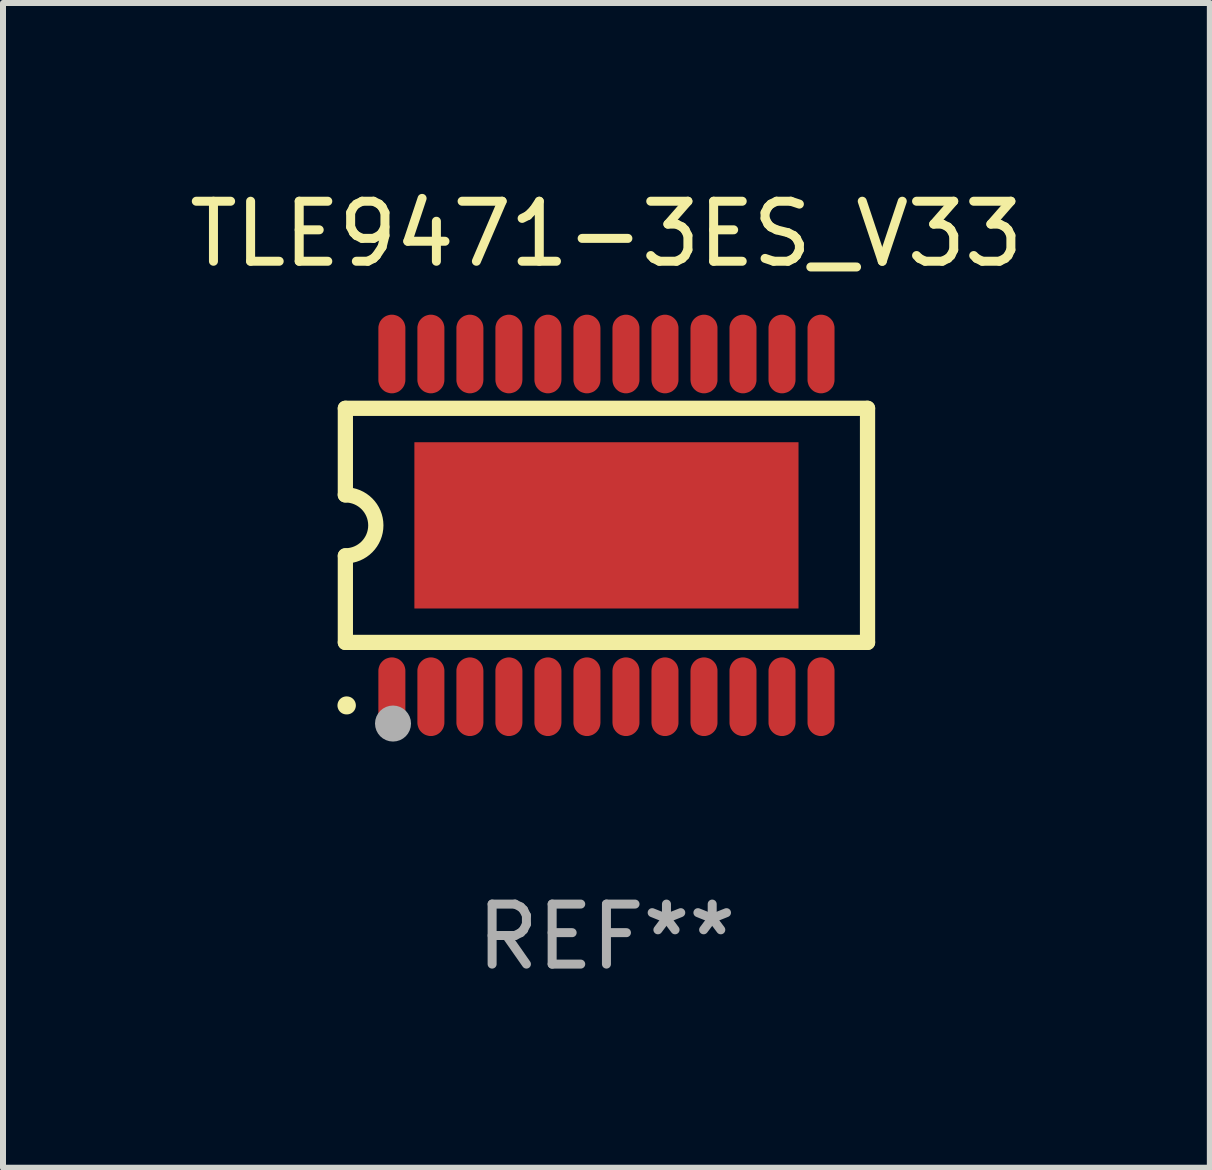
<source format=kicad_pcb>
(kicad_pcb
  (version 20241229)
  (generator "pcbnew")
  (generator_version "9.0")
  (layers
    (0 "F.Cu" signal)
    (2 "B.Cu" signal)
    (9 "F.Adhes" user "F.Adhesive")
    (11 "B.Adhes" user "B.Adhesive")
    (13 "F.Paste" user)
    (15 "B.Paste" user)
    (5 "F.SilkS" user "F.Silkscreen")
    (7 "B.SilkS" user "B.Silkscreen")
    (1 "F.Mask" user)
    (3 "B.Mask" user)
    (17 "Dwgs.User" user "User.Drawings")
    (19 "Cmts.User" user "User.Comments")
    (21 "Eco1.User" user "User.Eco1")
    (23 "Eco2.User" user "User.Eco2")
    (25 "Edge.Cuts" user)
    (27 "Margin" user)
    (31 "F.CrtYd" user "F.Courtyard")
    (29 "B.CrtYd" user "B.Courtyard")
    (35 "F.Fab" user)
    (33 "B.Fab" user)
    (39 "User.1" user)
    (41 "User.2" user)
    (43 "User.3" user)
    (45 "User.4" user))
  (footprint "TLE9471-3ES_V33"
    (layer "F.Cu")
    (at 7.054 5.703)
    (property "Reference" "TLE9471-3ES_V33" (at 0 -4.855 0) (layer "F.SilkS") (effects (font (size 1 1) (thickness 0.15))))
    (attr through_hole)
    (fp_line (start -4.35 -1.95) (end -4.35 -0.508) (stroke (width 0.254) (type solid)) (layer "F.SilkS"))
    (fp_line (start -4.35 -1.95) (end 4.35 -1.95) (stroke (width 0.254) (type solid)) (layer "F.SilkS"))
    (fp_line (start -4.35 1.95) (end -4.35 0.508) (stroke (width 0.254) (type solid)) (layer "F.SilkS"))
    (fp_line (start -4.35 1.95) (end 4.35 1.95) (stroke (width 0.254) (type solid)) (layer "F.SilkS"))
    (fp_line (start 4.35 -1.95) (end 4.35 1.95) (stroke (width 0.254) (type solid)) (layer "F.SilkS"))
    (fp_arc (start -4.351028 -0.508) (mid -3.843028 -0.000507) (end -4.350013 0.508001) (stroke (width 0.254001) (type solid)) (layer "F.SilkS"))
    (fp_arc (start -4.331656 2.999858) (mid -4.328332 2.999895) (end -4.325009 3.000005) (stroke (width 0.3) (type solid)) (layer "F.SilkS"))
    (fp_circle (center -4.325 3) (end -4.295 3) (stroke (width 0.06) (type solid)) (fill no) (layer "F.SilkS"))
    (fp_circle (center -3.556 3.302) (end -3.406 3.302) (stroke (width 0.3) (type solid)) (fill no) (layer "F.Fab"))
    (fp_text user "REF**" (at 0 6.855 0) (layer "F.Fab") (effects (font (size 1 1) (thickness 0.15))))
    (pad "1" smd custom (at -3.575 2.855 180) (size 0.45 1.31) (layers "F.Cu" "F.Mask" "F.Paste") (options (anchor circle)) (primitives (gr_poly (pts (xy -0.225 -0.43) (xy -0.224 -0.455) (xy -0.219 -0.48) (xy -0.212 -0.504) (xy -0.203 -0.528) (xy -0.19 -0.55) (xy -0.176 -0.57) (xy -0.159 -0.589) (xy -0.14 -0.606) (xy -0.12 -0.62) (xy -0.098 -0.633) (xy -0.074 -0.642) (xy -0.05 -0.649) (xy -0.025 -0.654) (xy 0.000051 -0.655) (xy 0.025 -0.654) (xy 0.05 -0.649) (xy 0.074 -0.642) (xy 0.098 -0.633) (xy 0.12 -0.62) (xy 0.14 -0.606) (xy 0.159 -0.589) (xy 0.176 -0.57) (xy 0.191 -0.55) (xy 0.203 -0.528) (xy 0.212 -0.504) (xy 0.219 -0.48) (xy 0.224 -0.455) (xy 0.225 -0.43) (xy 0.225 0.43) (xy 0.224 0.455) (xy 0.219 0.48) (xy 0.212 0.504) (xy 0.203 0.528) (xy 0.191 0.55) (xy 0.176 0.57) (xy 0.159 0.589) (xy 0.14 0.606) (xy 0.12 0.621) (xy 0.098 0.633) (xy 0.074 0.642) (xy 0.05 0.649) (xy 0.025 0.654) (xy 0.000051 0.655) (xy -0.025 0.654) (xy -0.05 0.649) (xy -0.074 0.642) (xy -0.098 0.633) (xy -0.12 0.621) (xy -0.14 0.606) (xy -0.159 0.589) (xy -0.176 0.57) (xy -0.19 0.55) (xy -0.203 0.528) (xy -0.212 0.504) (xy -0.219 0.48) (xy -0.224 0.455) (xy -0.225 0.43)) (width 0) (fill yes))))
    (pad "2" smd custom (at -2.925 2.855 180) (size 0.45 1.31) (layers "F.Cu" "F.Mask" "F.Paste") (options (anchor circle)) (primitives (gr_poly (pts (xy -0.225 -0.43) (xy -0.224 -0.455) (xy -0.219 -0.48) (xy -0.212 -0.504) (xy -0.203 -0.528) (xy -0.19 -0.55) (xy -0.176 -0.57) (xy -0.159 -0.589) (xy -0.14 -0.606) (xy -0.12 -0.62) (xy -0.098 -0.633) (xy -0.074 -0.642) (xy -0.05 -0.649) (xy -0.025 -0.654) (xy 0.000076 -0.655) (xy 0.025 -0.654) (xy 0.05 -0.649) (xy 0.074 -0.642) (xy 0.098 -0.633) (xy 0.12 -0.62) (xy 0.14 -0.606) (xy 0.159 -0.589) (xy 0.176 -0.57) (xy 0.191 -0.55) (xy 0.203 -0.528) (xy 0.212 -0.504) (xy 0.219 -0.48) (xy 0.224 -0.455) (xy 0.225 -0.43) (xy 0.225 0.43) (xy 0.224 0.455) (xy 0.219 0.48) (xy 0.212 0.504) (xy 0.203 0.528) (xy 0.191 0.55) (xy 0.176 0.57) (xy 0.159 0.589) (xy 0.14 0.606) (xy 0.12 0.621) (xy 0.098 0.633) (xy 0.074 0.642) (xy 0.05 0.649) (xy 0.025 0.654) (xy 0.000076 0.655) (xy -0.025 0.654) (xy -0.05 0.649) (xy -0.074 0.642) (xy -0.098 0.633) (xy -0.12 0.621) (xy -0.14 0.606) (xy -0.159 0.589) (xy -0.176 0.57) (xy -0.19 0.55) (xy -0.203 0.528) (xy -0.212 0.504) (xy -0.219 0.48) (xy -0.224 0.455) (xy -0.225 0.43)) (width 0) (fill yes))))
    (pad "3" smd custom (at -2.275 2.855 180) (size 0.45 1.31) (layers "F.Cu" "F.Mask" "F.Paste") (options (anchor circle)) (primitives (gr_poly (pts (xy -0.225 -0.43) (xy -0.223 -0.455) (xy -0.219 -0.48) (xy -0.212 -0.504) (xy -0.203 -0.528) (xy -0.19 -0.55) (xy -0.176 -0.57) (xy -0.159 -0.589) (xy -0.14 -0.606) (xy -0.12 -0.62) (xy -0.098 -0.633) (xy -0.074 -0.642) (xy -0.05 -0.649) (xy -0.025 -0.654) (xy 0.000076 -0.655) (xy 0.025 -0.654) (xy 0.05 -0.649) (xy 0.074 -0.642) (xy 0.098 -0.633) (xy 0.12 -0.62) (xy 0.14 -0.606) (xy 0.159 -0.589) (xy 0.176 -0.57) (xy 0.191 -0.55) (xy 0.203 -0.528) (xy 0.212 -0.504) (xy 0.219 -0.48) (xy 0.224 -0.455) (xy 0.225 -0.43) (xy 0.225 0.43) (xy 0.224 0.455) (xy 0.219 0.48) (xy 0.212 0.504) (xy 0.203 0.528) (xy 0.191 0.55) (xy 0.176 0.57) (xy 0.159 0.589) (xy 0.14 0.606) (xy 0.12 0.621) (xy 0.098 0.633) (xy 0.074 0.642) (xy 0.05 0.649) (xy 0.025 0.654) (xy 0.000076 0.655) (xy -0.025 0.654) (xy -0.05 0.649) (xy -0.074 0.642) (xy -0.098 0.633) (xy -0.12 0.621) (xy -0.14 0.606) (xy -0.159 0.589) (xy -0.176 0.57) (xy -0.19 0.55) (xy -0.203 0.528) (xy -0.212 0.504) (xy -0.219 0.48) (xy -0.223 0.455) (xy -0.225 0.43)) (width 0) (fill yes))))
    (pad "4" smd custom (at -1.625 2.855 180) (size 0.45 1.31) (layers "F.Cu" "F.Mask" "F.Paste") (options (anchor circle)) (primitives (gr_poly (pts (xy -0.225 -0.43) (xy -0.223 -0.455) (xy -0.219 -0.48) (xy -0.212 -0.504) (xy -0.203 -0.528) (xy -0.19 -0.55) (xy -0.176 -0.57) (xy -0.159 -0.589) (xy -0.14 -0.606) (xy -0.12 -0.62) (xy -0.098 -0.633) (xy -0.074 -0.642) (xy -0.05 -0.649) (xy -0.025 -0.654) (xy 0.000102 -0.655) (xy 0.025 -0.654) (xy 0.05 -0.649) (xy 0.074 -0.642) (xy 0.098 -0.633) (xy 0.12 -0.62) (xy 0.14 -0.606) (xy 0.159 -0.589) (xy 0.176 -0.57) (xy 0.191 -0.55) (xy 0.203 -0.528) (xy 0.212 -0.504) (xy 0.219 -0.48) (xy 0.224 -0.455) (xy 0.225 -0.43) (xy 0.225 0.43) (xy 0.224 0.455) (xy 0.219 0.48) (xy 0.212 0.504) (xy 0.203 0.528) (xy 0.191 0.55) (xy 0.176 0.57) (xy 0.159 0.589) (xy 0.14 0.606) (xy 0.12 0.621) (xy 0.098 0.633) (xy 0.074 0.642) (xy 0.05 0.649) (xy 0.025 0.654) (xy 0.000102 0.655) (xy -0.025 0.654) (xy -0.05 0.649) (xy -0.074 0.642) (xy -0.098 0.633) (xy -0.12 0.621) (xy -0.14 0.606) (xy -0.159 0.589) (xy -0.176 0.57) (xy -0.19 0.55) (xy -0.203 0.528) (xy -0.212 0.504) (xy -0.219 0.48) (xy -0.223 0.455) (xy -0.225 0.43)) (width 0) (fill yes))))
    (pad "5" smd custom (at -0.975 2.855 180) (size 0.45 1.31) (layers "F.Cu" "F.Mask" "F.Paste") (options (anchor circle)) (primitives (gr_poly (pts (xy -0.225 -0.43) (xy -0.223 -0.455) (xy -0.219 -0.48) (xy -0.212 -0.504) (xy -0.203 -0.528) (xy -0.19 -0.55) (xy -0.176 -0.57) (xy -0.159 -0.589) (xy -0.14 -0.606) (xy -0.12 -0.62) (xy -0.098 -0.633) (xy -0.074 -0.642) (xy -0.05 -0.649) (xy -0.025 -0.654) (xy 0.000102 -0.655) (xy 0.025 -0.654) (xy 0.05 -0.649) (xy 0.074 -0.642) (xy 0.098 -0.633) (xy 0.12 -0.62) (xy 0.14 -0.606) (xy 0.159 -0.589) (xy 0.176 -0.57) (xy 0.191 -0.55) (xy 0.203 -0.528) (xy 0.212 -0.504) (xy 0.219 -0.48) (xy 0.224 -0.455) (xy 0.225 -0.43) (xy 0.225 0.43) (xy 0.224 0.455) (xy 0.219 0.48) (xy 0.212 0.504) (xy 0.203 0.528) (xy 0.191 0.55) (xy 0.176 0.57) (xy 0.159 0.589) (xy 0.14 0.606) (xy 0.12 0.621) (xy 0.098 0.633) (xy 0.074 0.642) (xy 0.05 0.649) (xy 0.025 0.654) (xy 0.000102 0.655) (xy -0.025 0.654) (xy -0.05 0.649) (xy -0.074 0.642) (xy -0.098 0.633) (xy -0.12 0.621) (xy -0.14 0.606) (xy -0.159 0.589) (xy -0.176 0.57) (xy -0.19 0.55) (xy -0.203 0.528) (xy -0.212 0.504) (xy -0.219 0.48) (xy -0.223 0.455) (xy -0.225 0.43)) (width 0) (fill yes))))
    (pad "6" smd custom (at -0.325 2.855 180) (size 0.45 1.31) (layers "F.Cu" "F.Mask" "F.Paste") (options (anchor circle)) (primitives (gr_poly (pts (xy -0.225 -0.43) (xy -0.223 -0.455) (xy -0.219 -0.48) (xy -0.212 -0.504) (xy -0.203 -0.528) (xy -0.19 -0.55) (xy -0.176 -0.57) (xy -0.159 -0.589) (xy -0.14 -0.606) (xy -0.12 -0.62) (xy -0.098 -0.633) (xy -0.074 -0.642) (xy -0.05 -0.649) (xy -0.025 -0.654) (xy 0.000127 -0.655) (xy 0.025 -0.654) (xy 0.05 -0.649) (xy 0.074 -0.642) (xy 0.098 -0.633) (xy 0.12 -0.62) (xy 0.14 -0.606) (xy 0.159 -0.589) (xy 0.176 -0.57) (xy 0.191 -0.55) (xy 0.203 -0.528) (xy 0.212 -0.504) (xy 0.219 -0.48) (xy 0.224 -0.455) (xy 0.225 -0.43) (xy 0.225 0.43) (xy 0.224 0.455) (xy 0.219 0.48) (xy 0.212 0.504) (xy 0.203 0.528) (xy 0.191 0.55) (xy 0.176 0.57) (xy 0.159 0.589) (xy 0.14 0.606) (xy 0.12 0.621) (xy 0.098 0.633) (xy 0.074 0.642) (xy 0.05 0.649) (xy 0.025 0.654) (xy 0.000127 0.655) (xy -0.025 0.654) (xy -0.05 0.649) (xy -0.074 0.642) (xy -0.098 0.633) (xy -0.12 0.621) (xy -0.14 0.606) (xy -0.159 0.589) (xy -0.176 0.57) (xy -0.19 0.55) (xy -0.203 0.528) (xy -0.212 0.504) (xy -0.219 0.48) (xy -0.223 0.455) (xy -0.225 0.43)) (width 0) (fill yes))))
    (pad "7" smd custom (at 0.325 2.855 180) (size 0.45 1.31) (layers "F.Cu" "F.Mask" "F.Paste") (options (anchor circle)) (primitives (gr_poly (pts (xy -0.225 -0.43) (xy -0.224 -0.455) (xy -0.219 -0.48) (xy -0.212 -0.504) (xy -0.203 -0.528) (xy -0.191 -0.55) (xy -0.176 -0.57) (xy -0.159 -0.589) (xy -0.14 -0.606) (xy -0.12 -0.62) (xy -0.098 -0.633) (xy -0.074 -0.642) (xy -0.05 -0.649) (xy -0.025 -0.654) (xy -0.000127 -0.655) (xy 0.025 -0.654) (xy 0.05 -0.649) (xy 0.074 -0.642) (xy 0.098 -0.633) (xy 0.12 -0.62) (xy 0.14 -0.606) (xy 0.159 -0.589) (xy 0.176 -0.57) (xy 0.19 -0.55) (xy 0.203 -0.528) (xy 0.212 -0.504) (xy 0.219 -0.48) (xy 0.223 -0.455) (xy 0.225 -0.43) (xy 0.225 0.43) (xy 0.223 0.455) (xy 0.219 0.48) (xy 0.212 0.504) (xy 0.203 0.528) (xy 0.19 0.55) (xy 0.176 0.57) (xy 0.159 0.589) (xy 0.14 0.606) (xy 0.12 0.621) (xy 0.098 0.633) (xy 0.074 0.642) (xy 0.05 0.649) (xy 0.025 0.654) (xy -0.000127 0.655) (xy -0.025 0.654) (xy -0.05 0.649) (xy -0.074 0.642) (xy -0.098 0.633) (xy -0.12 0.621) (xy -0.14 0.606) (xy -0.159 0.589) (xy -0.176 0.57) (xy -0.191 0.55) (xy -0.203 0.528) (xy -0.212 0.504) (xy -0.219 0.48) (xy -0.224 0.455) (xy -0.225 0.43)) (width 0) (fill yes))))
    (pad "8" smd custom (at 0.975 2.855 180) (size 0.45 1.31) (layers "F.Cu" "F.Mask" "F.Paste") (options (anchor circle)) (primitives (gr_poly (pts (xy -0.225 -0.43) (xy -0.224 -0.455) (xy -0.219 -0.48) (xy -0.212 -0.504) (xy -0.203 -0.528) (xy -0.191 -0.55) (xy -0.176 -0.57) (xy -0.159 -0.589) (xy -0.14 -0.606) (xy -0.12 -0.62) (xy -0.098 -0.633) (xy -0.074 -0.642) (xy -0.05 -0.649) (xy -0.025 -0.654) (xy -0.000102 -0.655) (xy 0.025 -0.654) (xy 0.05 -0.649) (xy 0.074 -0.642) (xy 0.098 -0.633) (xy 0.12 -0.62) (xy 0.14 -0.606) (xy 0.159 -0.589) (xy 0.176 -0.57) (xy 0.19 -0.55) (xy 0.203 -0.528) (xy 0.212 -0.504) (xy 0.219 -0.48) (xy 0.223 -0.455) (xy 0.225 -0.43) (xy 0.225 0.43) (xy 0.223 0.455) (xy 0.219 0.48) (xy 0.212 0.504) (xy 0.203 0.528) (xy 0.19 0.55) (xy 0.176 0.57) (xy 0.159 0.589) (xy 0.14 0.606) (xy 0.12 0.621) (xy 0.098 0.633) (xy 0.074 0.642) (xy 0.05 0.649) (xy 0.025 0.654) (xy -0.000102 0.655) (xy -0.025 0.654) (xy -0.05 0.649) (xy -0.074 0.642) (xy -0.098 0.633) (xy -0.12 0.621) (xy -0.14 0.606) (xy -0.159 0.589) (xy -0.176 0.57) (xy -0.191 0.55) (xy -0.203 0.528) (xy -0.212 0.504) (xy -0.219 0.48) (xy -0.224 0.455) (xy -0.225 0.43)) (width 0) (fill yes))))
    (pad "9" smd custom (at 1.625 2.855 180) (size 0.45 1.31) (layers "F.Cu" "F.Mask" "F.Paste") (options (anchor circle)) (primitives (gr_poly (pts (xy -0.225 -0.43) (xy -0.224 -0.455) (xy -0.219 -0.48) (xy -0.212 -0.504) (xy -0.203 -0.528) (xy -0.191 -0.55) (xy -0.176 -0.57) (xy -0.159 -0.589) (xy -0.14 -0.606) (xy -0.12 -0.62) (xy -0.098 -0.633) (xy -0.074 -0.642) (xy -0.05 -0.649) (xy -0.025 -0.654) (xy -0.000102 -0.655) (xy 0.025 -0.654) (xy 0.05 -0.649) (xy 0.074 -0.642) (xy 0.098 -0.633) (xy 0.12 -0.62) (xy 0.14 -0.606) (xy 0.159 -0.589) (xy 0.176 -0.57) (xy 0.19 -0.55) (xy 0.203 -0.528) (xy 0.212 -0.504) (xy 0.219 -0.48) (xy 0.223 -0.455) (xy 0.225 -0.43) (xy 0.225 0.43) (xy 0.223 0.455) (xy 0.219 0.48) (xy 0.212 0.504) (xy 0.203 0.528) (xy 0.19 0.55) (xy 0.176 0.57) (xy 0.159 0.589) (xy 0.14 0.606) (xy 0.12 0.621) (xy 0.098 0.633) (xy 0.074 0.642) (xy 0.05 0.649) (xy 0.025 0.654) (xy -0.000102 0.655) (xy -0.025 0.654) (xy -0.05 0.649) (xy -0.074 0.642) (xy -0.098 0.633) (xy -0.12 0.621) (xy -0.14 0.606) (xy -0.159 0.589) (xy -0.176 0.57) (xy -0.191 0.55) (xy -0.203 0.528) (xy -0.212 0.504) (xy -0.219 0.48) (xy -0.224 0.455) (xy -0.225 0.43)) (width 0) (fill yes))))
    (pad "10" smd custom (at 2.275 2.855 180) (size 0.45 1.31) (layers "F.Cu" "F.Mask" "F.Paste") (options (anchor circle)) (primitives (gr_poly (pts (xy -0.225 -0.43) (xy -0.224 -0.455) (xy -0.219 -0.48) (xy -0.212 -0.504) (xy -0.203 -0.528) (xy -0.191 -0.55) (xy -0.176 -0.57) (xy -0.159 -0.589) (xy -0.14 -0.606) (xy -0.12 -0.62) (xy -0.098 -0.633) (xy -0.074 -0.642) (xy -0.05 -0.649) (xy -0.025 -0.654) (xy -0.000076 -0.655) (xy 0.025 -0.654) (xy 0.05 -0.649) (xy 0.074 -0.642) (xy 0.098 -0.633) (xy 0.12 -0.62) (xy 0.14 -0.606) (xy 0.159 -0.589) (xy 0.176 -0.57) (xy 0.19 -0.55) (xy 0.203 -0.528) (xy 0.212 -0.504) (xy 0.219 -0.48) (xy 0.224 -0.455) (xy 0.225 -0.43) (xy 0.225 0.43) (xy 0.224 0.455) (xy 0.219 0.48) (xy 0.212 0.504) (xy 0.203 0.528) (xy 0.19 0.55) (xy 0.176 0.57) (xy 0.159 0.589) (xy 0.14 0.606) (xy 0.12 0.621) (xy 0.098 0.633) (xy 0.074 0.642) (xy 0.05 0.649) (xy 0.025 0.654) (xy -0.000076 0.655) (xy -0.025 0.654) (xy -0.05 0.649) (xy -0.074 0.642) (xy -0.098 0.633) (xy -0.12 0.621) (xy -0.14 0.606) (xy -0.159 0.589) (xy -0.176 0.57) (xy -0.191 0.55) (xy -0.203 0.528) (xy -0.212 0.504) (xy -0.219 0.48) (xy -0.224 0.455) (xy -0.225 0.43)) (width 0) (fill yes))))
    (pad "11" smd custom (at 2.925 2.855 180) (size 0.45 1.31) (layers "F.Cu" "F.Mask" "F.Paste") (options (anchor circle)) (primitives (gr_poly (pts (xy -0.225 -0.43) (xy -0.224 -0.455) (xy -0.219 -0.48) (xy -0.212 -0.504) (xy -0.203 -0.528) (xy -0.191 -0.55) (xy -0.176 -0.57) (xy -0.159 -0.589) (xy -0.14 -0.606) (xy -0.12 -0.62) (xy -0.098 -0.633) (xy -0.074 -0.642) (xy -0.05 -0.649) (xy -0.025 -0.654) (xy -0.000051 -0.655) (xy 0.025 -0.654) (xy 0.05 -0.649) (xy 0.074 -0.642) (xy 0.098 -0.633) (xy 0.12 -0.62) (xy 0.14 -0.606) (xy 0.159 -0.589) (xy 0.176 -0.57) (xy 0.19 -0.55) (xy 0.203 -0.528) (xy 0.212 -0.504) (xy 0.219 -0.48) (xy 0.224 -0.455) (xy 0.225 -0.43) (xy 0.225 0.43) (xy 0.224 0.455) (xy 0.219 0.48) (xy 0.212 0.504) (xy 0.203 0.528) (xy 0.19 0.55) (xy 0.176 0.57) (xy 0.159 0.589) (xy 0.14 0.606) (xy 0.12 0.621) (xy 0.098 0.633) (xy 0.074 0.642) (xy 0.05 0.649) (xy 0.025 0.654) (xy -0.000051 0.655) (xy -0.025 0.654) (xy -0.05 0.649) (xy -0.074 0.642) (xy -0.098 0.633) (xy -0.12 0.621) (xy -0.14 0.606) (xy -0.159 0.589) (xy -0.176 0.57) (xy -0.191 0.55) (xy -0.203 0.528) (xy -0.212 0.504) (xy -0.219 0.48) (xy -0.224 0.455) (xy -0.225 0.43)) (width 0) (fill yes))))
    (pad "12" smd custom (at 3.575 2.855 180) (size 0.45 1.31) (layers "F.Cu" "F.Mask" "F.Paste") (options (anchor circle)) (primitives (gr_poly (pts (xy -0.225 -0.43) (xy -0.224 -0.455) (xy -0.219 -0.48) (xy -0.212 -0.504) (xy -0.203 -0.528) (xy -0.191 -0.55) (xy -0.176 -0.57) (xy -0.159 -0.589) (xy -0.14 -0.606) (xy -0.12 -0.62) (xy -0.098 -0.633) (xy -0.074 -0.642) (xy -0.05 -0.649) (xy -0.025 -0.654) (xy -0.000051 -0.655) (xy 0.025 -0.654) (xy 0.05 -0.649) (xy 0.074 -0.642) (xy 0.098 -0.633) (xy 0.12 -0.62) (xy 0.14 -0.606) (xy 0.159 -0.589) (xy 0.176 -0.57) (xy 0.19 -0.55) (xy 0.203 -0.528) (xy 0.212 -0.504) (xy 0.219 -0.48) (xy 0.224 -0.455) (xy 0.225 -0.43) (xy 0.225 0.43) (xy 0.224 0.455) (xy 0.219 0.48) (xy 0.212 0.504) (xy 0.203 0.528) (xy 0.19 0.55) (xy 0.176 0.57) (xy 0.159 0.589) (xy 0.14 0.606) (xy 0.12 0.621) (xy 0.098 0.633) (xy 0.074 0.642) (xy 0.05 0.649) (xy 0.025 0.654) (xy -0.000051 0.655) (xy -0.025 0.654) (xy -0.05 0.649) (xy -0.074 0.642) (xy -0.098 0.633) (xy -0.12 0.621) (xy -0.14 0.606) (xy -0.159 0.589) (xy -0.176 0.57) (xy -0.191 0.55) (xy -0.203 0.528) (xy -0.212 0.504) (xy -0.219 0.48) (xy -0.224 0.455) (xy -0.225 0.43)) (width 0) (fill yes))))
    (pad "13" smd custom (at 3.575 -2.855 180) (size 0.45 1.31) (layers "F.Cu" "F.Mask" "F.Paste") (options (anchor circle)) (primitives (gr_poly (pts (xy -0.225 -0.43) (xy -0.224 -0.455) (xy -0.219 -0.48) (xy -0.212 -0.504) (xy -0.203 -0.528) (xy -0.191 -0.55) (xy -0.176 -0.57) (xy -0.159 -0.589) (xy -0.14 -0.606) (xy -0.12 -0.621) (xy -0.098 -0.633) (xy -0.074 -0.642) (xy -0.05 -0.649) (xy -0.025 -0.654) (xy -0.000051 -0.655) (xy 0.025 -0.654) (xy 0.05 -0.649) (xy 0.074 -0.642) (xy 0.098 -0.633) (xy 0.12 -0.621) (xy 0.14 -0.606) (xy 0.159 -0.589) (xy 0.176 -0.57) (xy 0.19 -0.55) (xy 0.203 -0.528) (xy 0.212 -0.504) (xy 0.219 -0.48) (xy 0.224 -0.455) (xy 0.225 -0.43) (xy 0.225 0.43) (xy 0.224 0.455) (xy 0.219 0.48) (xy 0.212 0.504) (xy 0.203 0.528) (xy 0.19 0.55) (xy 0.176 0.57) (xy 0.159 0.589) (xy 0.14 0.606) (xy 0.12 0.62) (xy 0.098 0.633) (xy 0.074 0.642) (xy 0.05 0.649) (xy 0.025 0.654) (xy -0.000051 0.655) (xy -0.025 0.654) (xy -0.05 0.649) (xy -0.074 0.642) (xy -0.098 0.633) (xy -0.12 0.62) (xy -0.14 0.606) (xy -0.159 0.589) (xy -0.176 0.57) (xy -0.191 0.55) (xy -0.203 0.528) (xy -0.212 0.504) (xy -0.219 0.48) (xy -0.224 0.455) (xy -0.225 0.43)) (width 0) (fill yes))))
    (pad "14" smd custom (at 2.925 -2.855 180) (size 0.45 1.31) (layers "F.Cu" "F.Mask" "F.Paste") (options (anchor circle)) (primitives (gr_poly (pts (xy -0.225 -0.43) (xy -0.224 -0.455) (xy -0.219 -0.48) (xy -0.212 -0.504) (xy -0.203 -0.528) (xy -0.191 -0.55) (xy -0.176 -0.57) (xy -0.159 -0.589) (xy -0.14 -0.606) (xy -0.12 -0.621) (xy -0.098 -0.633) (xy -0.074 -0.642) (xy -0.05 -0.649) (xy -0.025 -0.654) (xy -0.000051 -0.655) (xy 0.025 -0.654) (xy 0.05 -0.649) (xy 0.074 -0.642) (xy 0.098 -0.633) (xy 0.12 -0.621) (xy 0.14 -0.606) (xy 0.159 -0.589) (xy 0.176 -0.57) (xy 0.19 -0.55) (xy 0.203 -0.528) (xy 0.212 -0.504) (xy 0.219 -0.48) (xy 0.224 -0.455) (xy 0.225 -0.43) (xy 0.225 0.43) (xy 0.224 0.455) (xy 0.219 0.48) (xy 0.212 0.504) (xy 0.203 0.528) (xy 0.19 0.55) (xy 0.176 0.57) (xy 0.159 0.589) (xy 0.14 0.606) (xy 0.12 0.62) (xy 0.098 0.633) (xy 0.074 0.642) (xy 0.05 0.649) (xy 0.025 0.654) (xy -0.000051 0.655) (xy -0.025 0.654) (xy -0.05 0.649) (xy -0.074 0.642) (xy -0.098 0.633) (xy -0.12 0.62) (xy -0.14 0.606) (xy -0.159 0.589) (xy -0.176 0.57) (xy -0.191 0.55) (xy -0.203 0.528) (xy -0.212 0.504) (xy -0.219 0.48) (xy -0.224 0.455) (xy -0.225 0.43)) (width 0) (fill yes))))
    (pad "15" smd custom (at 2.275 -2.855 180) (size 0.45 1.31) (layers "F.Cu" "F.Mask" "F.Paste") (options (anchor circle)) (primitives (gr_poly (pts (xy -0.225 -0.43) (xy -0.224 -0.455) (xy -0.219 -0.48) (xy -0.212 -0.504) (xy -0.203 -0.528) (xy -0.191 -0.55) (xy -0.176 -0.57) (xy -0.159 -0.589) (xy -0.14 -0.606) (xy -0.12 -0.621) (xy -0.098 -0.633) (xy -0.074 -0.642) (xy -0.05 -0.649) (xy -0.025 -0.654) (xy -0.000076 -0.655) (xy 0.025 -0.654) (xy 0.05 -0.649) (xy 0.074 -0.642) (xy 0.098 -0.633) (xy 0.12 -0.621) (xy 0.14 -0.606) (xy 0.159 -0.589) (xy 0.176 -0.57) (xy 0.19 -0.55) (xy 0.203 -0.528) (xy 0.212 -0.504) (xy 0.219 -0.48) (xy 0.224 -0.455) (xy 0.225 -0.43) (xy 0.225 0.43) (xy 0.224 0.455) (xy 0.219 0.48) (xy 0.212 0.504) (xy 0.203 0.528) (xy 0.19 0.55) (xy 0.176 0.57) (xy 0.159 0.589) (xy 0.14 0.606) (xy 0.12 0.62) (xy 0.098 0.633) (xy 0.074 0.642) (xy 0.05 0.649) (xy 0.025 0.654) (xy -0.000076 0.655) (xy -0.025 0.654) (xy -0.05 0.649) (xy -0.074 0.642) (xy -0.098 0.633) (xy -0.12 0.62) (xy -0.14 0.606) (xy -0.159 0.589) (xy -0.176 0.57) (xy -0.191 0.55) (xy -0.203 0.528) (xy -0.212 0.504) (xy -0.219 0.48) (xy -0.224 0.455) (xy -0.225 0.43)) (width 0) (fill yes))))
    (pad "16" smd custom (at 1.625 -2.855 180) (size 0.45 1.31) (layers "F.Cu" "F.Mask" "F.Paste") (options (anchor circle)) (primitives (gr_poly (pts (xy -0.225 -0.43) (xy -0.224 -0.455) (xy -0.219 -0.48) (xy -0.212 -0.504) (xy -0.203 -0.528) (xy -0.191 -0.55) (xy -0.176 -0.57) (xy -0.159 -0.589) (xy -0.14 -0.606) (xy -0.12 -0.621) (xy -0.098 -0.633) (xy -0.074 -0.642) (xy -0.05 -0.649) (xy -0.025 -0.654) (xy -0.000102 -0.655) (xy 0.025 -0.654) (xy 0.05 -0.649) (xy 0.074 -0.642) (xy 0.098 -0.633) (xy 0.12 -0.621) (xy 0.14 -0.606) (xy 0.159 -0.589) (xy 0.176 -0.57) (xy 0.19 -0.55) (xy 0.203 -0.528) (xy 0.212 -0.504) (xy 0.219 -0.48) (xy 0.223 -0.455) (xy 0.225 -0.43) (xy 0.225 0.43) (xy 0.223 0.455) (xy 0.219 0.48) (xy 0.212 0.504) (xy 0.203 0.528) (xy 0.19 0.55) (xy 0.176 0.57) (xy 0.159 0.589) (xy 0.14 0.606) (xy 0.12 0.62) (xy 0.098 0.633) (xy 0.074 0.642) (xy 0.05 0.649) (xy 0.025 0.654) (xy -0.000102 0.655) (xy -0.025 0.654) (xy -0.05 0.649) (xy -0.074 0.642) (xy -0.098 0.633) (xy -0.12 0.62) (xy -0.14 0.606) (xy -0.159 0.589) (xy -0.176 0.57) (xy -0.191 0.55) (xy -0.203 0.528) (xy -0.212 0.504) (xy -0.219 0.48) (xy -0.224 0.455) (xy -0.225 0.43)) (width 0) (fill yes))))
    (pad "17" smd custom (at 0.975 -2.855 180) (size 0.45 1.31) (layers "F.Cu" "F.Mask" "F.Paste") (options (anchor circle)) (primitives (gr_poly (pts (xy -0.225 -0.43) (xy -0.224 -0.455) (xy -0.219 -0.48) (xy -0.212 -0.504) (xy -0.203 -0.528) (xy -0.191 -0.55) (xy -0.176 -0.57) (xy -0.159 -0.589) (xy -0.14 -0.606) (xy -0.12 -0.621) (xy -0.098 -0.633) (xy -0.074 -0.642) (xy -0.05 -0.649) (xy -0.025 -0.654) (xy -0.000102 -0.655) (xy 0.025 -0.654) (xy 0.05 -0.649) (xy 0.074 -0.642) (xy 0.098 -0.633) (xy 0.12 -0.621) (xy 0.14 -0.606) (xy 0.159 -0.589) (xy 0.176 -0.57) (xy 0.19 -0.55) (xy 0.203 -0.528) (xy 0.212 -0.504) (xy 0.219 -0.48) (xy 0.223 -0.455) (xy 0.225 -0.43) (xy 0.225 0.43) (xy 0.223 0.455) (xy 0.219 0.48) (xy 0.212 0.504) (xy 0.203 0.528) (xy 0.19 0.55) (xy 0.176 0.57) (xy 0.159 0.589) (xy 0.14 0.606) (xy 0.12 0.62) (xy 0.098 0.633) (xy 0.074 0.642) (xy 0.05 0.649) (xy 0.025 0.654) (xy -0.000102 0.655) (xy -0.025 0.654) (xy -0.05 0.649) (xy -0.074 0.642) (xy -0.098 0.633) (xy -0.12 0.62) (xy -0.14 0.606) (xy -0.159 0.589) (xy -0.176 0.57) (xy -0.191 0.55) (xy -0.203 0.528) (xy -0.212 0.504) (xy -0.219 0.48) (xy -0.224 0.455) (xy -0.225 0.43)) (width 0) (fill yes))))
    (pad "18" smd custom (at 0.325 -2.855 180) (size 0.45 1.31) (layers "F.Cu" "F.Mask" "F.Paste") (options (anchor circle)) (primitives (gr_poly (pts (xy -0.225 -0.43) (xy -0.224 -0.455) (xy -0.219 -0.48) (xy -0.212 -0.504) (xy -0.203 -0.528) (xy -0.191 -0.55) (xy -0.176 -0.57) (xy -0.159 -0.589) (xy -0.14 -0.606) (xy -0.12 -0.621) (xy -0.098 -0.633) (xy -0.074 -0.642) (xy -0.05 -0.649) (xy -0.025 -0.654) (xy -0.000127 -0.655) (xy 0.025 -0.654) (xy 0.05 -0.649) (xy 0.074 -0.642) (xy 0.098 -0.633) (xy 0.12 -0.621) (xy 0.14 -0.606) (xy 0.159 -0.589) (xy 0.176 -0.57) (xy 0.19 -0.55) (xy 0.203 -0.528) (xy 0.212 -0.504) (xy 0.219 -0.48) (xy 0.223 -0.455) (xy 0.225 -0.43) (xy 0.225 0.43) (xy 0.223 0.455) (xy 0.219 0.48) (xy 0.212 0.504) (xy 0.203 0.528) (xy 0.19 0.55) (xy 0.176 0.57) (xy 0.159 0.589) (xy 0.14 0.606) (xy 0.12 0.62) (xy 0.098 0.633) (xy 0.074 0.642) (xy 0.05 0.649) (xy 0.025 0.654) (xy -0.000127 0.655) (xy -0.025 0.654) (xy -0.05 0.649) (xy -0.074 0.642) (xy -0.098 0.633) (xy -0.12 0.62) (xy -0.14 0.606) (xy -0.159 0.589) (xy -0.176 0.57) (xy -0.191 0.55) (xy -0.203 0.528) (xy -0.212 0.504) (xy -0.219 0.48) (xy -0.224 0.455) (xy -0.225 0.43)) (width 0) (fill yes))))
    (pad "19" smd custom (at -0.325 -2.855 180) (size 0.45 1.31) (layers "F.Cu" "F.Mask" "F.Paste") (options (anchor circle)) (primitives (gr_poly (pts (xy -0.225 -0.43) (xy -0.223 -0.455) (xy -0.219 -0.48) (xy -0.212 -0.504) (xy -0.203 -0.528) (xy -0.19 -0.55) (xy -0.176 -0.57) (xy -0.159 -0.589) (xy -0.14 -0.606) (xy -0.12 -0.621) (xy -0.098 -0.633) (xy -0.074 -0.642) (xy -0.05 -0.649) (xy -0.025 -0.654) (xy 0.000127 -0.655) (xy 0.025 -0.654) (xy 0.05 -0.649) (xy 0.074 -0.642) (xy 0.098 -0.633) (xy 0.12 -0.621) (xy 0.14 -0.606) (xy 0.159 -0.589) (xy 0.176 -0.57) (xy 0.191 -0.55) (xy 0.203 -0.528) (xy 0.212 -0.504) (xy 0.219 -0.48) (xy 0.224 -0.455) (xy 0.225 -0.43) (xy 0.225 0.43) (xy 0.224 0.455) (xy 0.219 0.48) (xy 0.212 0.504) (xy 0.203 0.528) (xy 0.191 0.55) (xy 0.176 0.57) (xy 0.159 0.589) (xy 0.14 0.606) (xy 0.12 0.62) (xy 0.098 0.633) (xy 0.074 0.642) (xy 0.05 0.649) (xy 0.025 0.654) (xy 0.000127 0.655) (xy -0.025 0.654) (xy -0.05 0.649) (xy -0.074 0.642) (xy -0.098 0.633) (xy -0.12 0.62) (xy -0.14 0.606) (xy -0.159 0.589) (xy -0.176 0.57) (xy -0.19 0.55) (xy -0.203 0.528) (xy -0.212 0.504) (xy -0.219 0.48) (xy -0.223 0.455) (xy -0.225 0.43)) (width 0) (fill yes))))
    (pad "20" smd custom (at -0.975 -2.855 180) (size 0.45 1.31) (layers "F.Cu" "F.Mask" "F.Paste") (options (anchor circle)) (primitives (gr_poly (pts (xy -0.225 -0.43) (xy -0.223 -0.455) (xy -0.219 -0.48) (xy -0.212 -0.504) (xy -0.203 -0.528) (xy -0.19 -0.55) (xy -0.176 -0.57) (xy -0.159 -0.589) (xy -0.14 -0.606) (xy -0.12 -0.621) (xy -0.098 -0.633) (xy -0.074 -0.642) (xy -0.05 -0.649) (xy -0.025 -0.654) (xy 0.000102 -0.655) (xy 0.025 -0.654) (xy 0.05 -0.649) (xy 0.074 -0.642) (xy 0.098 -0.633) (xy 0.12 -0.621) (xy 0.14 -0.606) (xy 0.159 -0.589) (xy 0.176 -0.57) (xy 0.191 -0.55) (xy 0.203 -0.528) (xy 0.212 -0.504) (xy 0.219 -0.48) (xy 0.224 -0.455) (xy 0.225 -0.43) (xy 0.225 0.43) (xy 0.224 0.455) (xy 0.219 0.48) (xy 0.212 0.504) (xy 0.203 0.528) (xy 0.191 0.55) (xy 0.176 0.57) (xy 0.159 0.589) (xy 0.14 0.606) (xy 0.12 0.62) (xy 0.098 0.633) (xy 0.074 0.642) (xy 0.05 0.649) (xy 0.025 0.654) (xy 0.000102 0.655) (xy -0.025 0.654) (xy -0.05 0.649) (xy -0.074 0.642) (xy -0.098 0.633) (xy -0.12 0.62) (xy -0.14 0.606) (xy -0.159 0.589) (xy -0.176 0.57) (xy -0.19 0.55) (xy -0.203 0.528) (xy -0.212 0.504) (xy -0.219 0.48) (xy -0.223 0.455) (xy -0.225 0.43)) (width 0) (fill yes))))
    (pad "21" smd custom (at -1.625 -2.855 180) (size 0.45 1.31) (layers "F.Cu" "F.Mask" "F.Paste") (options (anchor circle)) (primitives (gr_poly (pts (xy -0.225 -0.43) (xy -0.223 -0.455) (xy -0.219 -0.48) (xy -0.212 -0.504) (xy -0.203 -0.528) (xy -0.19 -0.55) (xy -0.176 -0.57) (xy -0.159 -0.589) (xy -0.14 -0.606) (xy -0.12 -0.621) (xy -0.098 -0.633) (xy -0.074 -0.642) (xy -0.05 -0.649) (xy -0.025 -0.654) (xy 0.000102 -0.655) (xy 0.025 -0.654) (xy 0.05 -0.649) (xy 0.074 -0.642) (xy 0.098 -0.633) (xy 0.12 -0.621) (xy 0.14 -0.606) (xy 0.159 -0.589) (xy 0.176 -0.57) (xy 0.191 -0.55) (xy 0.203 -0.528) (xy 0.212 -0.504) (xy 0.219 -0.48) (xy 0.224 -0.455) (xy 0.225 -0.43) (xy 0.225 0.43) (xy 0.224 0.455) (xy 0.219 0.48) (xy 0.212 0.504) (xy 0.203 0.528) (xy 0.191 0.55) (xy 0.176 0.57) (xy 0.159 0.589) (xy 0.14 0.606) (xy 0.12 0.62) (xy 0.098 0.633) (xy 0.074 0.642) (xy 0.05 0.649) (xy 0.025 0.654) (xy 0.000102 0.655) (xy -0.025 0.654) (xy -0.05 0.649) (xy -0.074 0.642) (xy -0.098 0.633) (xy -0.12 0.62) (xy -0.14 0.606) (xy -0.159 0.589) (xy -0.176 0.57) (xy -0.19 0.55) (xy -0.203 0.528) (xy -0.212 0.504) (xy -0.219 0.48) (xy -0.223 0.455) (xy -0.225 0.43)) (width 0) (fill yes))))
    (pad "22" smd custom (at -2.275 -2.855 180) (size 0.45 1.31) (layers "F.Cu" "F.Mask" "F.Paste") (options (anchor circle)) (primitives (gr_poly (pts (xy -0.225 -0.43) (xy -0.223 -0.455) (xy -0.219 -0.48) (xy -0.212 -0.504) (xy -0.203 -0.528) (xy -0.19 -0.55) (xy -0.176 -0.57) (xy -0.159 -0.589) (xy -0.14 -0.606) (xy -0.12 -0.621) (xy -0.098 -0.633) (xy -0.074 -0.642) (xy -0.05 -0.649) (xy -0.025 -0.654) (xy 0.000076 -0.655) (xy 0.025 -0.654) (xy 0.05 -0.649) (xy 0.074 -0.642) (xy 0.098 -0.633) (xy 0.12 -0.621) (xy 0.14 -0.606) (xy 0.159 -0.589) (xy 0.176 -0.57) (xy 0.191 -0.55) (xy 0.203 -0.528) (xy 0.212 -0.504) (xy 0.219 -0.48) (xy 0.224 -0.455) (xy 0.225 -0.43) (xy 0.225 0.43) (xy 0.224 0.455) (xy 0.219 0.48) (xy 0.212 0.504) (xy 0.203 0.528) (xy 0.191 0.55) (xy 0.176 0.57) (xy 0.159 0.589) (xy 0.14 0.606) (xy 0.12 0.62) (xy 0.098 0.633) (xy 0.074 0.642) (xy 0.05 0.649) (xy 0.025 0.654) (xy 0.000076 0.655) (xy -0.025 0.654) (xy -0.05 0.649) (xy -0.074 0.642) (xy -0.098 0.633) (xy -0.12 0.62) (xy -0.14 0.606) (xy -0.159 0.589) (xy -0.176 0.57) (xy -0.19 0.55) (xy -0.203 0.528) (xy -0.212 0.504) (xy -0.219 0.48) (xy -0.223 0.455) (xy -0.225 0.43)) (width 0) (fill yes))))
    (pad "23" smd custom (at -2.925 -2.855 180) (size 0.45 1.31) (layers "F.Cu" "F.Mask" "F.Paste") (options (anchor circle)) (primitives (gr_poly (pts (xy -0.225 -0.43) (xy -0.224 -0.455) (xy -0.219 -0.48) (xy -0.212 -0.504) (xy -0.203 -0.528) (xy -0.19 -0.55) (xy -0.176 -0.57) (xy -0.159 -0.589) (xy -0.14 -0.606) (xy -0.12 -0.621) (xy -0.098 -0.633) (xy -0.074 -0.642) (xy -0.05 -0.649) (xy -0.025 -0.654) (xy 0.000076 -0.655) (xy 0.025 -0.654) (xy 0.05 -0.649) (xy 0.074 -0.642) (xy 0.098 -0.633) (xy 0.12 -0.621) (xy 0.14 -0.606) (xy 0.159 -0.589) (xy 0.176 -0.57) (xy 0.191 -0.55) (xy 0.203 -0.528) (xy 0.212 -0.504) (xy 0.219 -0.48) (xy 0.224 -0.455) (xy 0.225 -0.43) (xy 0.225 0.43) (xy 0.224 0.455) (xy 0.219 0.48) (xy 0.212 0.504) (xy 0.203 0.528) (xy 0.191 0.55) (xy 0.176 0.57) (xy 0.159 0.589) (xy 0.14 0.606) (xy 0.12 0.62) (xy 0.098 0.633) (xy 0.074 0.642) (xy 0.05 0.649) (xy 0.025 0.654) (xy 0.000076 0.655) (xy -0.025 0.654) (xy -0.05 0.649) (xy -0.074 0.642) (xy -0.098 0.633) (xy -0.12 0.62) (xy -0.14 0.606) (xy -0.159 0.589) (xy -0.176 0.57) (xy -0.19 0.55) (xy -0.203 0.528) (xy -0.212 0.504) (xy -0.219 0.48) (xy -0.224 0.455) (xy -0.225 0.43)) (width 0) (fill yes))))
    (pad "24" smd custom (at -3.575 -2.855 180) (size 0.45 1.31) (layers "F.Cu" "F.Mask" "F.Paste") (options (anchor circle)) (primitives (gr_poly (pts (xy -0.225 -0.43) (xy -0.224 -0.455) (xy -0.219 -0.48) (xy -0.212 -0.504) (xy -0.203 -0.528) (xy -0.19 -0.55) (xy -0.176 -0.57) (xy -0.159 -0.589) (xy -0.14 -0.606) (xy -0.12 -0.621) (xy -0.098 -0.633) (xy -0.074 -0.642) (xy -0.05 -0.649) (xy -0.025 -0.654) (xy 0.000051 -0.655) (xy 0.025 -0.654) (xy 0.05 -0.649) (xy 0.074 -0.642) (xy 0.098 -0.633) (xy 0.12 -0.621) (xy 0.14 -0.606) (xy 0.159 -0.589) (xy 0.176 -0.57) (xy 0.191 -0.55) (xy 0.203 -0.528) (xy 0.212 -0.504) (xy 0.219 -0.48) (xy 0.224 -0.455) (xy 0.225 -0.43) (xy 0.225 0.43) (xy 0.224 0.455) (xy 0.219 0.48) (xy 0.212 0.504) (xy 0.203 0.528) (xy 0.191 0.55) (xy 0.176 0.57) (xy 0.159 0.589) (xy 0.14 0.606) (xy 0.12 0.62) (xy 0.098 0.633) (xy 0.074 0.642) (xy 0.05 0.649) (xy 0.025 0.654) (xy 0.000051 0.655) (xy -0.025 0.654) (xy -0.05 0.649) (xy -0.074 0.642) (xy -0.098 0.633) (xy -0.12 0.62) (xy -0.14 0.606) (xy -0.159 0.589) (xy -0.176 0.57) (xy -0.19 0.55) (xy -0.203 0.528) (xy -0.212 0.504) (xy -0.219 0.48) (xy -0.224 0.455) (xy -0.225 0.43)) (width 0) (fill yes))))
    (pad "25" smd rect (at 0 0) (size 6.4 2.77) (layers "F.Cu" "F.Mask" "F.Paste")))
  (gr_rect
    (start -3 -3)
    (end 17.107 16.406)
    (stroke (width 0.1) (type default))
    (fill no)
    (layer "Edge.Cuts")))
</source>
